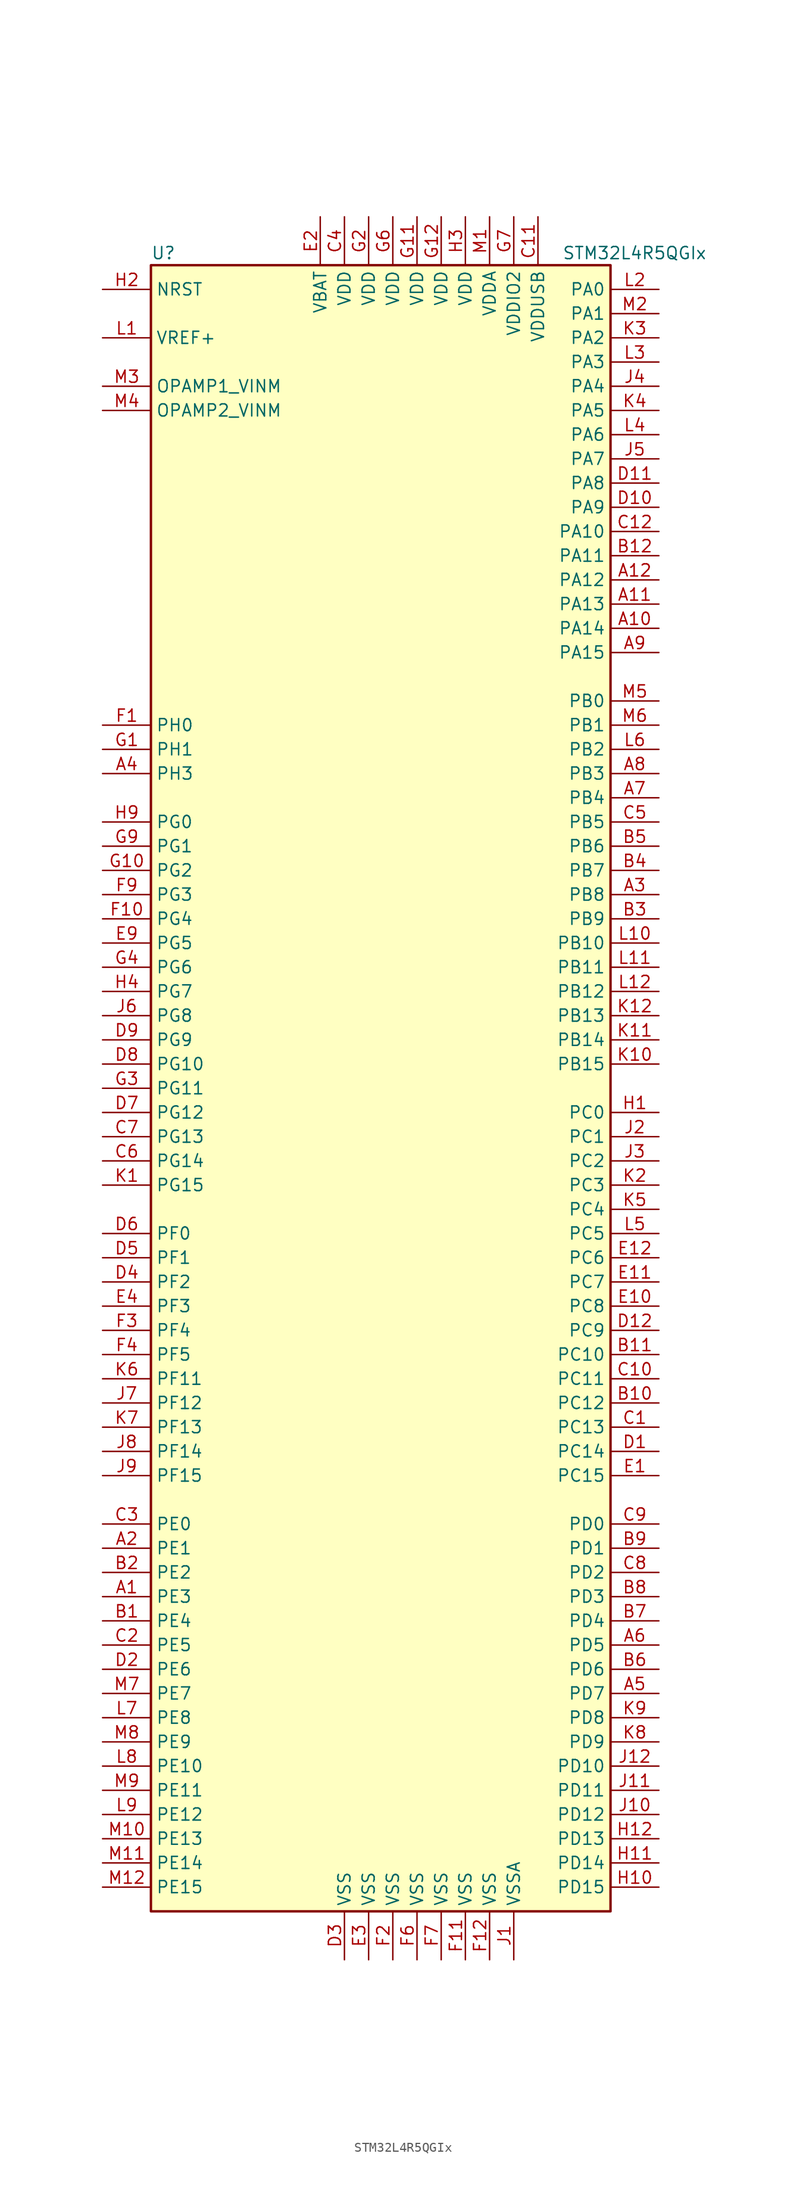
<source format=kicad_sym>
(kicad_symbol_lib
  (version 20201005)
  (generator kicad_symbol_editor)
  (symbol "STM32L4R5QGIx"
    (property "Reference" "U"
      (at -25.4 87.63 0)
      (effects (font (size 1.27 1.27)) (justify left)))
    (property "Value" "STM32L4R5QGIx"
      (at 17.78 87.63 0)
      (effects (font (size 1.27 1.27)) (justify left)))
    (symbol "STM32L4R5QGIx_0_1"
      (rectangle (start -25.4 -86.36) (end 22.86 86.36) (stroke (width 0.254)) (fill (type background))))
    (symbol "STM32L4R5QGIx_1_1"
      (pin input line (at -30.48 83.82 0) (length 5.08) (name "NRST" (effects (font (size 1.27 1.27)))) (number "H2" (effects (font (size 1.27 1.27)))))
      (pin bidirectional line (at -30.48 73.66 0) (length 5.08) (name "OPAMP1_VINM" (effects (font (size 1.27 1.27)))) (number "M3" (effects (font (size 1.27 1.27)))))
      (pin bidirectional line (at -30.48 71.12 0) (length 5.08) (name "OPAMP2_VINM" (effects (font (size 1.27 1.27)))) (number "M4" (effects (font (size 1.27 1.27)))))
      (pin bidirectional line (at 27.94 83.82 180) (length 5.08) (name "PA0" (effects (font (size 1.27 1.27)))) (number "L2" (effects (font (size 1.27 1.27)))))
      (pin bidirectional line (at 27.94 81.28 180) (length 5.08) (name "PA1" (effects (font (size 1.27 1.27)))) (number "M2" (effects (font (size 1.27 1.27)))))
      (pin bidirectional line (at 27.94 58.42 180) (length 5.08) (name "PA10" (effects (font (size 1.27 1.27)))) (number "C12" (effects (font (size 1.27 1.27)))))
      (pin bidirectional line (at 27.94 55.88 180) (length 5.08) (name "PA11" (effects (font (size 1.27 1.27)))) (number "B12" (effects (font (size 1.27 1.27)))))
      (pin bidirectional line (at 27.94 53.34 180) (length 5.08) (name "PA12" (effects (font (size 1.27 1.27)))) (number "A12" (effects (font (size 1.27 1.27)))))
      (pin bidirectional line (at 27.94 50.8 180) (length 5.08) (name "PA13" (effects (font (size 1.27 1.27)))) (number "A11" (effects (font (size 1.27 1.27)))))
      (pin bidirectional line (at 27.94 48.26 180) (length 5.08) (name "PA14" (effects (font (size 1.27 1.27)))) (number "A10" (effects (font (size 1.27 1.27)))))
      (pin bidirectional line (at 27.94 45.72 180) (length 5.08) (name "PA15" (effects (font (size 1.27 1.27)))) (number "A9" (effects (font (size 1.27 1.27)))))
      (pin bidirectional line (at 27.94 78.74 180) (length 5.08) (name "PA2" (effects (font (size 1.27 1.27)))) (number "K3" (effects (font (size 1.27 1.27)))))
      (pin bidirectional line (at 27.94 76.2 180) (length 5.08) (name "PA3" (effects (font (size 1.27 1.27)))) (number "L3" (effects (font (size 1.27 1.27)))))
      (pin bidirectional line (at 27.94 73.66 180) (length 5.08) (name "PA4" (effects (font (size 1.27 1.27)))) (number "J4" (effects (font (size 1.27 1.27)))))
      (pin bidirectional line (at 27.94 71.12 180) (length 5.08) (name "PA5" (effects (font (size 1.27 1.27)))) (number "K4" (effects (font (size 1.27 1.27)))))
      (pin bidirectional line (at 27.94 68.58 180) (length 5.08) (name "PA6" (effects (font (size 1.27 1.27)))) (number "L4" (effects (font (size 1.27 1.27)))))
      (pin bidirectional line (at 27.94 66.04 180) (length 5.08) (name "PA7" (effects (font (size 1.27 1.27)))) (number "J5" (effects (font (size 1.27 1.27)))))
      (pin bidirectional line (at 27.94 63.5 180) (length 5.08) (name "PA8" (effects (font (size 1.27 1.27)))) (number "D11" (effects (font (size 1.27 1.27)))))
      (pin bidirectional line (at 27.94 60.96 180) (length 5.08) (name "PA9" (effects (font (size 1.27 1.27)))) (number "D10" (effects (font (size 1.27 1.27)))))
      (pin bidirectional line (at 27.94 40.64 180) (length 5.08) (name "PB0" (effects (font (size 1.27 1.27)))) (number "M5" (effects (font (size 1.27 1.27)))))
      (pin bidirectional line (at 27.94 38.1 180) (length 5.08) (name "PB1" (effects (font (size 1.27 1.27)))) (number "M6" (effects (font (size 1.27 1.27)))))
      (pin bidirectional line (at 27.94 15.24 180) (length 5.08) (name "PB10" (effects (font (size 1.27 1.27)))) (number "L10" (effects (font (size 1.27 1.27)))))
      (pin bidirectional line (at 27.94 12.7 180) (length 5.08) (name "PB11" (effects (font (size 1.27 1.27)))) (number "L11" (effects (font (size 1.27 1.27)))))
      (pin bidirectional line (at 27.94 10.16 180) (length 5.08) (name "PB12" (effects (font (size 1.27 1.27)))) (number "L12" (effects (font (size 1.27 1.27)))))
      (pin bidirectional line (at 27.94 7.62 180) (length 5.08) (name "PB13" (effects (font (size 1.27 1.27)))) (number "K12" (effects (font (size 1.27 1.27)))))
      (pin bidirectional line (at 27.94 5.08 180) (length 5.08) (name "PB14" (effects (font (size 1.27 1.27)))) (number "K11" (effects (font (size 1.27 1.27)))))
      (pin bidirectional line (at 27.94 2.54 180) (length 5.08) (name "PB15" (effects (font (size 1.27 1.27)))) (number "K10" (effects (font (size 1.27 1.27)))))
      (pin bidirectional line (at 27.94 35.56 180) (length 5.08) (name "PB2" (effects (font (size 1.27 1.27)))) (number "L6" (effects (font (size 1.27 1.27)))))
      (pin bidirectional line (at 27.94 33.02 180) (length 5.08) (name "PB3" (effects (font (size 1.27 1.27)))) (number "A8" (effects (font (size 1.27 1.27)))))
      (pin bidirectional line (at 27.94 30.48 180) (length 5.08) (name "PB4" (effects (font (size 1.27 1.27)))) (number "A7" (effects (font (size 1.27 1.27)))))
      (pin bidirectional line (at 27.94 27.94 180) (length 5.08) (name "PB5" (effects (font (size 1.27 1.27)))) (number "C5" (effects (font (size 1.27 1.27)))))
      (pin bidirectional line (at 27.94 25.4 180) (length 5.08) (name "PB6" (effects (font (size 1.27 1.27)))) (number "B5" (effects (font (size 1.27 1.27)))))
      (pin bidirectional line (at 27.94 22.86 180) (length 5.08) (name "PB7" (effects (font (size 1.27 1.27)))) (number "B4" (effects (font (size 1.27 1.27)))))
      (pin bidirectional line (at 27.94 20.32 180) (length 5.08) (name "PB8" (effects (font (size 1.27 1.27)))) (number "A3" (effects (font (size 1.27 1.27)))))
      (pin bidirectional line (at 27.94 17.78 180) (length 5.08) (name "PB9" (effects (font (size 1.27 1.27)))) (number "B3" (effects (font (size 1.27 1.27)))))
      (pin bidirectional line (at 27.94 -2.54 180) (length 5.08) (name "PC0" (effects (font (size 1.27 1.27)))) (number "H1" (effects (font (size 1.27 1.27)))))
      (pin bidirectional line (at 27.94 -5.08 180) (length 5.08) (name "PC1" (effects (font (size 1.27 1.27)))) (number "J2" (effects (font (size 1.27 1.27)))))
      (pin bidirectional line (at 27.94 -27.94 180) (length 5.08) (name "PC10" (effects (font (size 1.27 1.27)))) (number "B11" (effects (font (size 1.27 1.27)))))
      (pin bidirectional line (at 27.94 -30.48 180) (length 5.08) (name "PC11" (effects (font (size 1.27 1.27)))) (number "C10" (effects (font (size 1.27 1.27)))))
      (pin bidirectional line (at 27.94 -33.02 180) (length 5.08) (name "PC12" (effects (font (size 1.27 1.27)))) (number "B10" (effects (font (size 1.27 1.27)))))
      (pin bidirectional line (at 27.94 -35.56 180) (length 5.08) (name "PC13" (effects (font (size 1.27 1.27)))) (number "C1" (effects (font (size 1.27 1.27)))))
      (pin bidirectional line (at 27.94 -38.1 180) (length 5.08) (name "PC14" (effects (font (size 1.27 1.27)))) (number "D1" (effects (font (size 1.27 1.27)))))
      (pin bidirectional line (at 27.94 -40.64 180) (length 5.08) (name "PC15" (effects (font (size 1.27 1.27)))) (number "E1" (effects (font (size 1.27 1.27)))))
      (pin bidirectional line (at 27.94 -7.62 180) (length 5.08) (name "PC2" (effects (font (size 1.27 1.27)))) (number "J3" (effects (font (size 1.27 1.27)))))
      (pin bidirectional line (at 27.94 -10.16 180) (length 5.08) (name "PC3" (effects (font (size 1.27 1.27)))) (number "K2" (effects (font (size 1.27 1.27)))))
      (pin bidirectional line (at 27.94 -12.7 180) (length 5.08) (name "PC4" (effects (font (size 1.27 1.27)))) (number "K5" (effects (font (size 1.27 1.27)))))
      (pin bidirectional line (at 27.94 -15.24 180) (length 5.08) (name "PC5" (effects (font (size 1.27 1.27)))) (number "L5" (effects (font (size 1.27 1.27)))))
      (pin bidirectional line (at 27.94 -17.78 180) (length 5.08) (name "PC6" (effects (font (size 1.27 1.27)))) (number "E12" (effects (font (size 1.27 1.27)))))
      (pin bidirectional line (at 27.94 -20.32 180) (length 5.08) (name "PC7" (effects (font (size 1.27 1.27)))) (number "E11" (effects (font (size 1.27 1.27)))))
      (pin bidirectional line (at 27.94 -22.86 180) (length 5.08) (name "PC8" (effects (font (size 1.27 1.27)))) (number "E10" (effects (font (size 1.27 1.27)))))
      (pin bidirectional line (at 27.94 -25.4 180) (length 5.08) (name "PC9" (effects (font (size 1.27 1.27)))) (number "D12" (effects (font (size 1.27 1.27)))))
      (pin bidirectional line (at 27.94 -45.72 180) (length 5.08) (name "PD0" (effects (font (size 1.27 1.27)))) (number "C9" (effects (font (size 1.27 1.27)))))
      (pin bidirectional line (at 27.94 -48.26 180) (length 5.08) (name "PD1" (effects (font (size 1.27 1.27)))) (number "B9" (effects (font (size 1.27 1.27)))))
      (pin bidirectional line (at 27.94 -71.12 180) (length 5.08) (name "PD10" (effects (font (size 1.27 1.27)))) (number "J12" (effects (font (size 1.27 1.27)))))
      (pin bidirectional line (at 27.94 -73.66 180) (length 5.08) (name "PD11" (effects (font (size 1.27 1.27)))) (number "J11" (effects (font (size 1.27 1.27)))))
      (pin bidirectional line (at 27.94 -76.2 180) (length 5.08) (name "PD12" (effects (font (size 1.27 1.27)))) (number "J10" (effects (font (size 1.27 1.27)))))
      (pin bidirectional line (at 27.94 -78.74 180) (length 5.08) (name "PD13" (effects (font (size 1.27 1.27)))) (number "H12" (effects (font (size 1.27 1.27)))))
      (pin bidirectional line (at 27.94 -81.28 180) (length 5.08) (name "PD14" (effects (font (size 1.27 1.27)))) (number "H11" (effects (font (size 1.27 1.27)))))
      (pin bidirectional line (at 27.94 -83.82 180) (length 5.08) (name "PD15" (effects (font (size 1.27 1.27)))) (number "H10" (effects (font (size 1.27 1.27)))))
      (pin bidirectional line (at 27.94 -50.8 180) (length 5.08) (name "PD2" (effects (font (size 1.27 1.27)))) (number "C8" (effects (font (size 1.27 1.27)))))
      (pin bidirectional line (at 27.94 -53.34 180) (length 5.08) (name "PD3" (effects (font (size 1.27 1.27)))) (number "B8" (effects (font (size 1.27 1.27)))))
      (pin bidirectional line (at 27.94 -55.88 180) (length 5.08) (name "PD4" (effects (font (size 1.27 1.27)))) (number "B7" (effects (font (size 1.27 1.27)))))
      (pin bidirectional line (at 27.94 -58.42 180) (length 5.08) (name "PD5" (effects (font (size 1.27 1.27)))) (number "A6" (effects (font (size 1.27 1.27)))))
      (pin bidirectional line (at 27.94 -60.96 180) (length 5.08) (name "PD6" (effects (font (size 1.27 1.27)))) (number "B6" (effects (font (size 1.27 1.27)))))
      (pin bidirectional line (at 27.94 -63.5 180) (length 5.08) (name "PD7" (effects (font (size 1.27 1.27)))) (number "A5" (effects (font (size 1.27 1.27)))))
      (pin bidirectional line (at 27.94 -66.04 180) (length 5.08) (name "PD8" (effects (font (size 1.27 1.27)))) (number "K9" (effects (font (size 1.27 1.27)))))
      (pin bidirectional line (at 27.94 -68.58 180) (length 5.08) (name "PD9" (effects (font (size 1.27 1.27)))) (number "K8" (effects (font (size 1.27 1.27)))))
      (pin bidirectional line (at -30.48 -45.72 0) (length 5.08) (name "PE0" (effects (font (size 1.27 1.27)))) (number "C3" (effects (font (size 1.27 1.27)))))
      (pin bidirectional line (at -30.48 -48.26 0) (length 5.08) (name "PE1" (effects (font (size 1.27 1.27)))) (number "A2" (effects (font (size 1.27 1.27)))))
      (pin bidirectional line (at -30.48 -71.12 0) (length 5.08) (name "PE10" (effects (font (size 1.27 1.27)))) (number "L8" (effects (font (size 1.27 1.27)))))
      (pin bidirectional line (at -30.48 -73.66 0) (length 5.08) (name "PE11" (effects (font (size 1.27 1.27)))) (number "M9" (effects (font (size 1.27 1.27)))))
      (pin bidirectional line (at -30.48 -76.2 0) (length 5.08) (name "PE12" (effects (font (size 1.27 1.27)))) (number "L9" (effects (font (size 1.27 1.27)))))
      (pin bidirectional line (at -30.48 -78.74 0) (length 5.08) (name "PE13" (effects (font (size 1.27 1.27)))) (number "M10" (effects (font (size 1.27 1.27)))))
      (pin bidirectional line (at -30.48 -81.28 0) (length 5.08) (name "PE14" (effects (font (size 1.27 1.27)))) (number "M11" (effects (font (size 1.27 1.27)))))
      (pin bidirectional line (at -30.48 -83.82 0) (length 5.08) (name "PE15" (effects (font (size 1.27 1.27)))) (number "M12" (effects (font (size 1.27 1.27)))))
      (pin bidirectional line (at -30.48 -50.8 0) (length 5.08) (name "PE2" (effects (font (size 1.27 1.27)))) (number "B2" (effects (font (size 1.27 1.27)))))
      (pin bidirectional line (at -30.48 -53.34 0) (length 5.08) (name "PE3" (effects (font (size 1.27 1.27)))) (number "A1" (effects (font (size 1.27 1.27)))))
      (pin bidirectional line (at -30.48 -55.88 0) (length 5.08) (name "PE4" (effects (font (size 1.27 1.27)))) (number "B1" (effects (font (size 1.27 1.27)))))
      (pin bidirectional line (at -30.48 -58.42 0) (length 5.08) (name "PE5" (effects (font (size 1.27 1.27)))) (number "C2" (effects (font (size 1.27 1.27)))))
      (pin bidirectional line (at -30.48 -60.96 0) (length 5.08) (name "PE6" (effects (font (size 1.27 1.27)))) (number "D2" (effects (font (size 1.27 1.27)))))
      (pin bidirectional line (at -30.48 -63.5 0) (length 5.08) (name "PE7" (effects (font (size 1.27 1.27)))) (number "M7" (effects (font (size 1.27 1.27)))))
      (pin bidirectional line (at -30.48 -66.04 0) (length 5.08) (name "PE8" (effects (font (size 1.27 1.27)))) (number "L7" (effects (font (size 1.27 1.27)))))
      (pin bidirectional line (at -30.48 -68.58 0) (length 5.08) (name "PE9" (effects (font (size 1.27 1.27)))) (number "M8" (effects (font (size 1.27 1.27)))))
      (pin bidirectional line (at -30.48 -15.24 0) (length 5.08) (name "PF0" (effects (font (size 1.27 1.27)))) (number "D6" (effects (font (size 1.27 1.27)))))
      (pin bidirectional line (at -30.48 -17.78 0) (length 5.08) (name "PF1" (effects (font (size 1.27 1.27)))) (number "D5" (effects (font (size 1.27 1.27)))))
      (pin bidirectional line (at -30.48 -30.48 0) (length 5.08) (name "PF11" (effects (font (size 1.27 1.27)))) (number "K6" (effects (font (size 1.27 1.27)))))
      (pin bidirectional line (at -30.48 -33.02 0) (length 5.08) (name "PF12" (effects (font (size 1.27 1.27)))) (number "J7" (effects (font (size 1.27 1.27)))))
      (pin bidirectional line (at -30.48 -35.56 0) (length 5.08) (name "PF13" (effects (font (size 1.27 1.27)))) (number "K7" (effects (font (size 1.27 1.27)))))
      (pin bidirectional line (at -30.48 -38.1 0) (length 5.08) (name "PF14" (effects (font (size 1.27 1.27)))) (number "J8" (effects (font (size 1.27 1.27)))))
      (pin bidirectional line (at -30.48 -40.64 0) (length 5.08) (name "PF15" (effects (font (size 1.27 1.27)))) (number "J9" (effects (font (size 1.27 1.27)))))
      (pin bidirectional line (at -30.48 -20.32 0) (length 5.08) (name "PF2" (effects (font (size 1.27 1.27)))) (number "D4" (effects (font (size 1.27 1.27)))))
      (pin bidirectional line (at -30.48 -22.86 0) (length 5.08) (name "PF3" (effects (font (size 1.27 1.27)))) (number "E4" (effects (font (size 1.27 1.27)))))
      (pin bidirectional line (at -30.48 -25.4 0) (length 5.08) (name "PF4" (effects (font (size 1.27 1.27)))) (number "F3" (effects (font (size 1.27 1.27)))))
      (pin bidirectional line (at -30.48 -27.94 0) (length 5.08) (name "PF5" (effects (font (size 1.27 1.27)))) (number "F4" (effects (font (size 1.27 1.27)))))
      (pin bidirectional line (at -30.48 27.94 0) (length 5.08) (name "PG0" (effects (font (size 1.27 1.27)))) (number "H9" (effects (font (size 1.27 1.27)))))
      (pin bidirectional line (at -30.48 25.4 0) (length 5.08) (name "PG1" (effects (font (size 1.27 1.27)))) (number "G9" (effects (font (size 1.27 1.27)))))
      (pin bidirectional line (at -30.48 2.54 0) (length 5.08) (name "PG10" (effects (font (size 1.27 1.27)))) (number "D8" (effects (font (size 1.27 1.27)))))
      (pin bidirectional line (at -30.48 0 0) (length 5.08) (name "PG11" (effects (font (size 1.27 1.27)))) (number "G3" (effects (font (size 1.27 1.27)))))
      (pin bidirectional line (at -30.48 -2.54 0) (length 5.08) (name "PG12" (effects (font (size 1.27 1.27)))) (number "D7" (effects (font (size 1.27 1.27)))))
      (pin bidirectional line (at -30.48 -5.08 0) (length 5.08) (name "PG13" (effects (font (size 1.27 1.27)))) (number "C7" (effects (font (size 1.27 1.27)))))
      (pin bidirectional line (at -30.48 -7.62 0) (length 5.08) (name "PG14" (effects (font (size 1.27 1.27)))) (number "C6" (effects (font (size 1.27 1.27)))))
      (pin bidirectional line (at -30.48 -10.16 0) (length 5.08) (name "PG15" (effects (font (size 1.27 1.27)))) (number "K1" (effects (font (size 1.27 1.27)))))
      (pin bidirectional line (at -30.48 22.86 0) (length 5.08) (name "PG2" (effects (font (size 1.27 1.27)))) (number "G10" (effects (font (size 1.27 1.27)))))
      (pin bidirectional line (at -30.48 20.32 0) (length 5.08) (name "PG3" (effects (font (size 1.27 1.27)))) (number "F9" (effects (font (size 1.27 1.27)))))
      (pin bidirectional line (at -30.48 17.78 0) (length 5.08) (name "PG4" (effects (font (size 1.27 1.27)))) (number "F10" (effects (font (size 1.27 1.27)))))
      (pin bidirectional line (at -30.48 15.24 0) (length 5.08) (name "PG5" (effects (font (size 1.27 1.27)))) (number "E9" (effects (font (size 1.27 1.27)))))
      (pin bidirectional line (at -30.48 12.7 0) (length 5.08) (name "PG6" (effects (font (size 1.27 1.27)))) (number "G4" (effects (font (size 1.27 1.27)))))
      (pin bidirectional line (at -30.48 10.16 0) (length 5.08) (name "PG7" (effects (font (size 1.27 1.27)))) (number "H4" (effects (font (size 1.27 1.27)))))
      (pin bidirectional line (at -30.48 7.62 0) (length 5.08) (name "PG8" (effects (font (size 1.27 1.27)))) (number "J6" (effects (font (size 1.27 1.27)))))
      (pin bidirectional line (at -30.48 5.08 0) (length 5.08) (name "PG9" (effects (font (size 1.27 1.27)))) (number "D9" (effects (font (size 1.27 1.27)))))
      (pin input line (at -30.48 38.1 0) (length 5.08) (name "PH0" (effects (font (size 1.27 1.27)))) (number "F1" (effects (font (size 1.27 1.27)))))
      (pin input line (at -30.48 35.56 0) (length 5.08) (name "PH1" (effects (font (size 1.27 1.27)))) (number "G1" (effects (font (size 1.27 1.27)))))
      (pin bidirectional line (at -30.48 33.02 0) (length 5.08) (name "PH3" (effects (font (size 1.27 1.27)))) (number "A4" (effects (font (size 1.27 1.27)))))
      (pin power_in line (at -7.62 91.44 270) (length 5.08) (name "VBAT" (effects (font (size 1.27 1.27)))) (number "E2" (effects (font (size 1.27 1.27)))))
      (pin power_in line (at -5.08 91.44 270) (length 5.08) (name "VDD" (effects (font (size 1.27 1.27)))) (number "C4" (effects (font (size 1.27 1.27)))))
      (pin power_in line (at 2.54 91.44 270) (length 5.08) (name "VDD" (effects (font (size 1.27 1.27)))) (number "G11" (effects (font (size 1.27 1.27)))))
      (pin power_in line (at 5.08 91.44 270) (length 5.08) (name "VDD" (effects (font (size 1.27 1.27)))) (number "G12" (effects (font (size 1.27 1.27)))))
      (pin power_in line (at -2.54 91.44 270) (length 5.08) (name "VDD" (effects (font (size 1.27 1.27)))) (number "G2" (effects (font (size 1.27 1.27)))))
      (pin power_in line (at 0 91.44 270) (length 5.08) (name "VDD" (effects (font (size 1.27 1.27)))) (number "G6" (effects (font (size 1.27 1.27)))))
      (pin power_in line (at 7.62 91.44 270) (length 5.08) (name "VDD" (effects (font (size 1.27 1.27)))) (number "H3" (effects (font (size 1.27 1.27)))))
      (pin power_in line (at 10.16 91.44 270) (length 5.08) (name "VDDA" (effects (font (size 1.27 1.27)))) (number "M1" (effects (font (size 1.27 1.27)))))
      (pin power_in line (at 12.7 91.44 270) (length 5.08) (name "VDDIO2" (effects (font (size 1.27 1.27)))) (number "G7" (effects (font (size 1.27 1.27)))))
      (pin power_in line (at 15.24 91.44 270) (length 5.08) (name "VDDUSB" (effects (font (size 1.27 1.27)))) (number "C11" (effects (font (size 1.27 1.27)))))
      (pin bidirectional line (at -30.48 78.74 0) (length 5.08) (name "VREF+" (effects (font (size 1.27 1.27)))) (number "L1" (effects (font (size 1.27 1.27)))))
      (pin power_in line (at -5.08 -91.44 90) (length 5.08) (name "VSS" (effects (font (size 1.27 1.27)))) (number "D3" (effects (font (size 1.27 1.27)))))
      (pin power_in line (at -2.54 -91.44 90) (length 5.08) (name "VSS" (effects (font (size 1.27 1.27)))) (number "E3" (effects (font (size 1.27 1.27)))))
      (pin power_in line (at 7.62 -91.44 90) (length 5.08) (name "VSS" (effects (font (size 1.27 1.27)))) (number "F11" (effects (font (size 1.27 1.27)))))
      (pin power_in line (at 10.16 -91.44 90) (length 5.08) (name "VSS" (effects (font (size 1.27 1.27)))) (number "F12" (effects (font (size 1.27 1.27)))))
      (pin power_in line (at 0 -91.44 90) (length 5.08) (name "VSS" (effects (font (size 1.27 1.27)))) (number "F2" (effects (font (size 1.27 1.27)))))
      (pin power_in line (at 2.54 -91.44 90) (length 5.08) (name "VSS" (effects (font (size 1.27 1.27)))) (number "F6" (effects (font (size 1.27 1.27)))))
      (pin power_in line (at 5.08 -91.44 90) (length 5.08) (name "VSS" (effects (font (size 1.27 1.27)))) (number "F7" (effects (font (size 1.27 1.27)))))
      (pin power_in line (at 12.7 -91.44 90) (length 5.08) (name "VSSA" (effects (font (size 1.27 1.27)))) (number "J1" (effects (font (size 1.27 1.27))))))))
</source>
